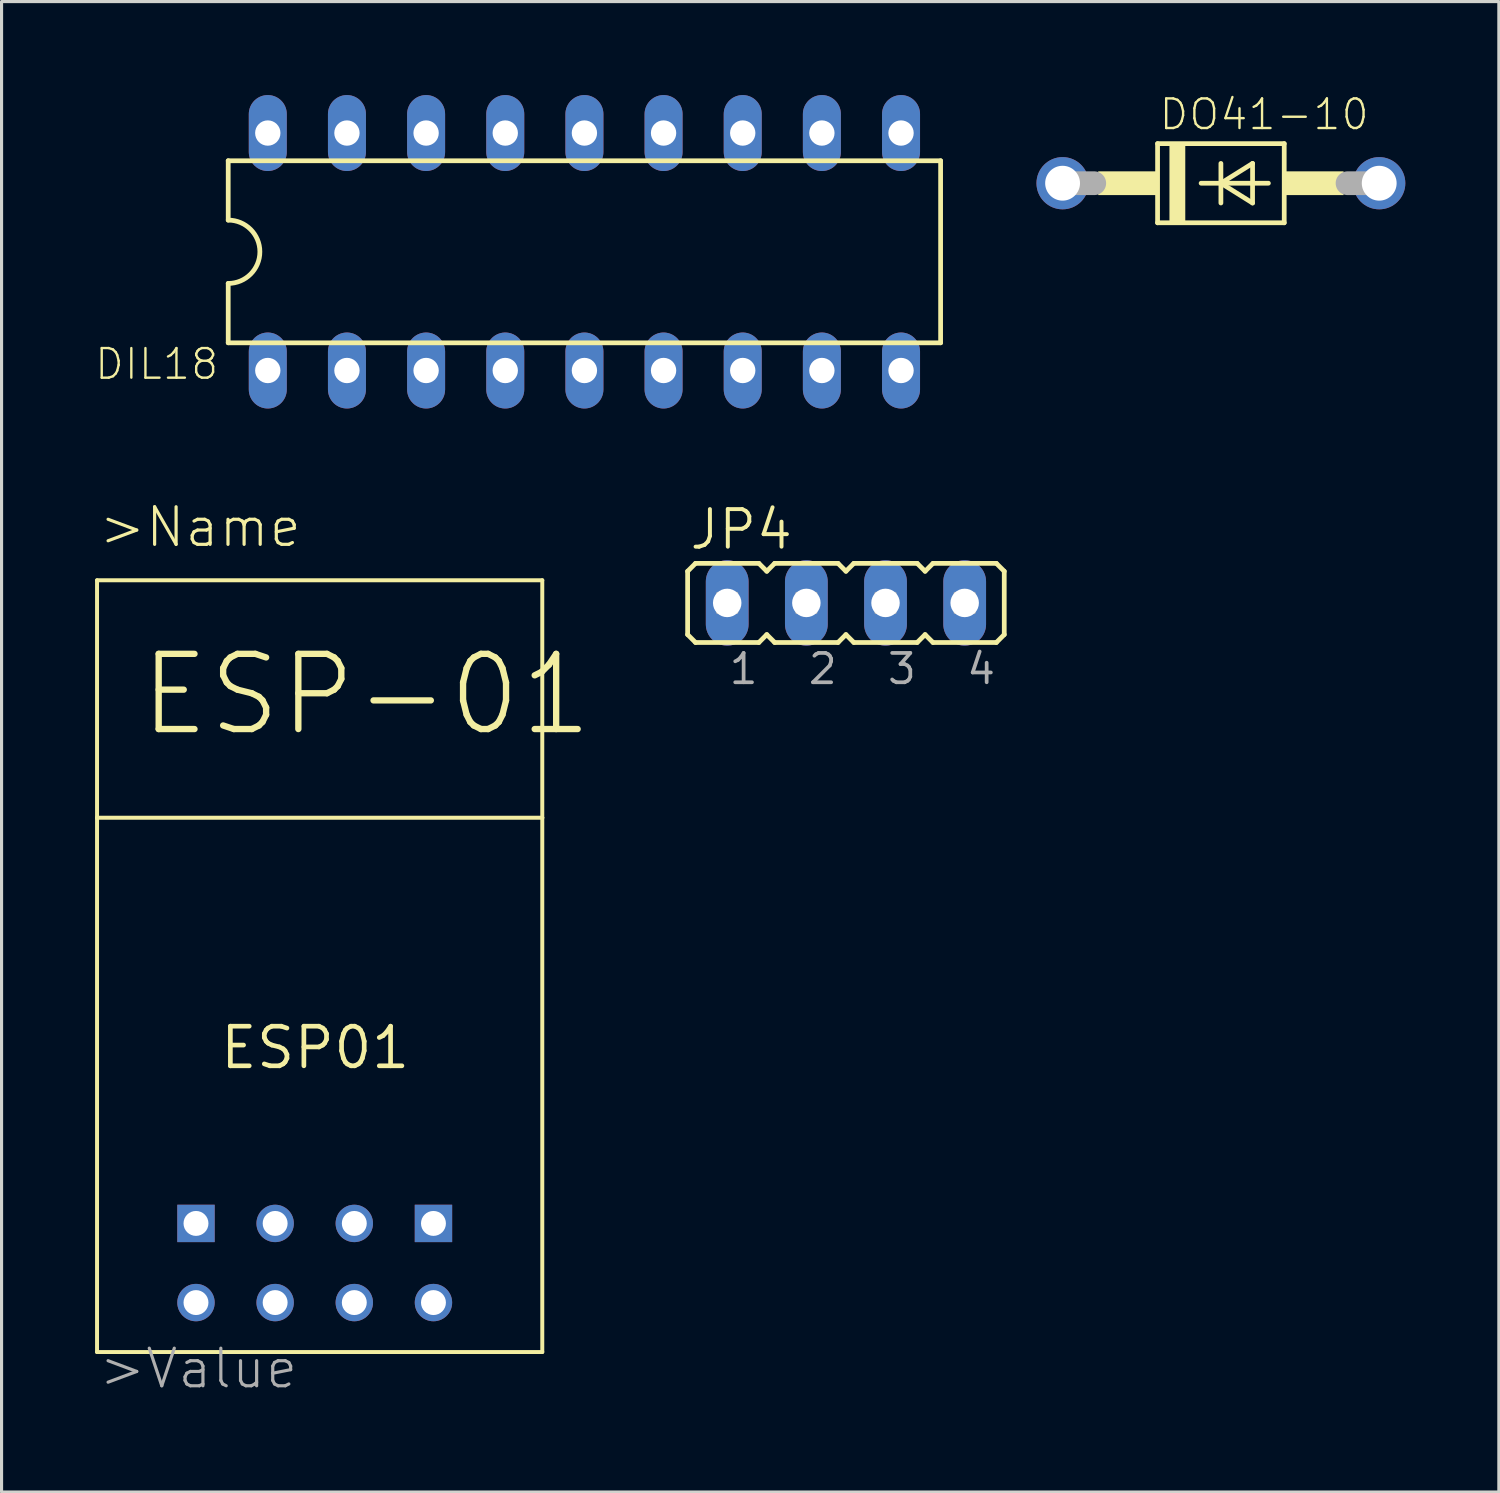
<source format=kicad_pcb>
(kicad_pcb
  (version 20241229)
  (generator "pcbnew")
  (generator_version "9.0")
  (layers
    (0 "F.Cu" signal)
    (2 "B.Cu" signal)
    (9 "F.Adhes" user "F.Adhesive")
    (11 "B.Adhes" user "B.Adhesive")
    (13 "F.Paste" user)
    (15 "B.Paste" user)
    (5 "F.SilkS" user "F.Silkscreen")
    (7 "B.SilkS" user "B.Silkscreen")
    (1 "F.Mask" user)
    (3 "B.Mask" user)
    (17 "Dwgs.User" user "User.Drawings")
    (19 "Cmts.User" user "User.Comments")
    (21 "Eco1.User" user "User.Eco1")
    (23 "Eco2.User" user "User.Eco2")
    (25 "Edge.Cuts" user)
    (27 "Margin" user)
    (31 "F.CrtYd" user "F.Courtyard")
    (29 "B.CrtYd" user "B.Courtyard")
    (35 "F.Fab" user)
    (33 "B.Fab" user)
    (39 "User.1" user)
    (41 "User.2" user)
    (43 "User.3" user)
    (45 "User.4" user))
  (footprint "JP4"
    (layer "F.Cu")
    (at 24.095 16.297)
    (property "Reference" "JP4" (at -5.08 -1.651 0) (layer "F.SilkS") (effects (font (size 1.206 1.206) (thickness 0.127)) (justify left bottom)))
    (attr through_hole)
    (fp_line (start -5.08 -1.016) (end -4.826 -1.27) (stroke (width 0.152) (type solid)) (layer "F.SilkS"))
    (fp_line (start -5.08 1.016) (end -5.08 -1.016) (stroke (width 0.152) (type solid)) (layer "F.SilkS"))
    (fp_line (start -5.08 1.016) (end -4.826 1.27) (stroke (width 0.152) (type solid)) (layer "F.SilkS"))
    (fp_line (start -2.794 -1.27) (end -4.826 -1.27) (stroke (width 0.152) (type solid)) (layer "F.SilkS"))
    (fp_line (start -2.794 -1.27) (end -2.54 -1.016) (stroke (width 0.152) (type solid)) (layer "F.SilkS"))
    (fp_line (start -2.794 1.27) (end -4.826 1.27) (stroke (width 0.152) (type solid)) (layer "F.SilkS"))
    (fp_line (start -2.794 1.27) (end -2.54 1.016) (stroke (width 0.152) (type solid)) (layer "F.SilkS"))
    (fp_line (start -2.54 -1.016) (end -2.286 -1.27) (stroke (width 0.152) (type solid)) (layer "F.SilkS"))
    (fp_line (start -2.54 1.016) (end -2.286 1.27) (stroke (width 0.152) (type solid)) (layer "F.SilkS"))
    (fp_line (start -0.254 -1.27) (end -2.286 -1.27) (stroke (width 0.152) (type solid)) (layer "F.SilkS"))
    (fp_line (start -0.254 -1.27) (end 0 -1.016) (stroke (width 0.152) (type solid)) (layer "F.SilkS"))
    (fp_line (start -0.254 1.27) (end -2.286 1.27) (stroke (width 0.152) (type solid)) (layer "F.SilkS"))
    (fp_line (start -0.254 1.27) (end 0 1.016) (stroke (width 0.152) (type solid)) (layer "F.SilkS"))
    (fp_line (start 0 -1.016) (end 0.254 -1.27) (stroke (width 0.152) (type solid)) (layer "F.SilkS"))
    (fp_line (start 0 1.016) (end 0.254 1.27) (stroke (width 0.152) (type solid)) (layer "F.SilkS"))
    (fp_line (start 2.286 -1.27) (end 0.254 -1.27) (stroke (width 0.152) (type solid)) (layer "F.SilkS"))
    (fp_line (start 2.286 -1.27) (end 2.54 -1.016) (stroke (width 0.152) (type solid)) (layer "F.SilkS"))
    (fp_line (start 2.286 1.27) (end 0.254 1.27) (stroke (width 0.152) (type solid)) (layer "F.SilkS"))
    (fp_line (start 2.286 1.27) (end 2.54 1.016) (stroke (width 0.152) (type solid)) (layer "F.SilkS"))
    (fp_line (start 2.54 -1.016) (end 2.794 -1.27) (stroke (width 0.152) (type solid)) (layer "F.SilkS"))
    (fp_line (start 2.54 1.016) (end 2.794 1.27) (stroke (width 0.152) (type solid)) (layer "F.SilkS"))
    (fp_line (start 4.826 -1.27) (end 2.794 -1.27) (stroke (width 0.152) (type solid)) (layer "F.SilkS"))
    (fp_line (start 4.826 -1.27) (end 5.08 -1.016) (stroke (width 0.152) (type solid)) (layer "F.SilkS"))
    (fp_line (start 4.826 1.27) (end 2.794 1.27) (stroke (width 0.152) (type solid)) (layer "F.SilkS"))
    (fp_line (start 4.826 1.27) (end 5.08 1.016) (stroke (width 0.152) (type solid)) (layer "F.SilkS"))
    (fp_line (start 5.08 -1.016) (end 5.08 1.016) (stroke (width 0.152) (type solid)) (layer "F.SilkS"))
    (fp_poly (pts (xy -4.115 0.305) (xy -3.505 0.305) (xy -3.505 -0.305) (xy -4.115 -0.305)) (stroke (width 0.1) (type solid)) (fill no) (layer "F.Fab"))
    (fp_poly (pts (xy -1.575 0.305) (xy -0.965 0.305) (xy -0.965 -0.305) (xy -1.575 -0.305)) (stroke (width 0.1) (type solid)) (fill no) (layer "F.Fab"))
    (fp_poly (pts (xy 0.965 0.305) (xy 1.575 0.305) (xy 1.575 -0.305) (xy 0.965 -0.305)) (stroke (width 0.1) (type solid)) (fill no) (layer "F.Fab"))
    (fp_poly (pts (xy 3.505 0.305) (xy 4.115 0.305) (xy 4.115 -0.305) (xy 3.505 -0.305)) (stroke (width 0.1) (type solid)) (fill no) (layer "F.Fab"))
    (fp_text user "2" (at -1.27 2.667 0) (layer "F.Fab") (effects (font (size 0.941 0.941) (thickness 0.119)) (justify left bottom)))
    (fp_text user "3" (at 1.27 2.667 0) (layer "F.Fab") (effects (font (size 0.941 0.941) (thickness 0.119)) (justify left bottom)))
    (fp_text user "1" (at -3.81 2.667 0) (layer "F.Fab") (effects (font (size 0.941 0.941) (thickness 0.119)) (justify left bottom)))
    (fp_text user "4" (at 3.81 2.667 0) (layer "F.Fab") (effects (font (size 0.941 0.941) (thickness 0.119)) (justify left bottom)))
    (pad "1" thru_hole oval (at -3.81 0 90) (size 2.743 1.372) (drill 0.914) (layers "*.Cu" "*.Mask"))
    (pad "2" thru_hole oval (at -1.27 0 90) (size 2.743 1.372) (drill 0.914) (layers "*.Cu" "*.Mask"))
    (pad "3" thru_hole oval (at 1.27 0 90) (size 2.743 1.372) (drill 0.914) (layers "*.Cu" "*.Mask"))
    (pad "4" thru_hole oval (at 3.81 0 90) (size 2.743 1.372) (drill 0.914) (layers "*.Cu" "*.Mask")))
  (footprint "ESP01"
    (layer "F.Cu")
    (at 7.064 30.57)
    (property "Reference" "ESP01" (at 0 0 0) (layer "F.SilkS") (effects (font (size 1.27 1.27) (thickness 0.15))))
    (attr through_hole)
    (fp_line (start -7 -15) (end -7 -7.38) (stroke (width 0.127) (type solid)) (layer "F.SilkS"))
    (fp_line (start -7 -7.38) (end -7 9.765) (stroke (width 0.127) (type solid)) (layer "F.SilkS"))
    (fp_line (start -7 -7.38) (end 7.287 -7.38) (stroke (width 0.127) (type solid)) (layer "F.SilkS"))
    (fp_line (start -7 9.765) (end 7.287 9.765) (stroke (width 0.127) (type solid)) (layer "F.SilkS"))
    (fp_line (start 7.287 -15) (end -7 -15) (stroke (width 0.127) (type solid)) (layer "F.SilkS"))
    (fp_line (start 7.287 -7.38) (end 7.287 -15) (stroke (width 0.127) (type solid)) (layer "F.SilkS"))
    (fp_line (start 7.287 9.765) (end 7.287 -7.38) (stroke (width 0.127) (type solid)) (layer "F.SilkS"))
    (fp_text user ">Name" (at -7 -16 0) (layer "F.SilkS") (effects (font (size 1.206 1.206) (thickness 0.102)) (justify left bottom)))
    (fp_text user "ESP-01" (at -5.73 -9.92 0) (layer "F.SilkS") (effects (font (size 2.413 2.413) (thickness 0.203)) (justify left bottom)))
    (fp_text user ">Value" (at -7 11 0) (layer "F.Fab") (effects (font (size 1.206 1.206) (thickness 0.102)) (justify left bottom)))
    (pad "CH_PD" thru_hole circle (at -1.285 8.178 270) (size 1.2 1.2) (drill 0.8) (layers "*.Cu" "*.Mask"))
    (pad "GND" thru_hole rect (at -3.825 5.638 270) (size 1.2 1.2) (drill 0.8) (layers "*.Cu" "*.Mask"))
    (pad "GPIO0" thru_hole circle (at 1.255 5.638 270) (size 1.2 1.2) (drill 0.8) (layers "*.Cu" "*.Mask"))
    (pad "GPIO2" thru_hole circle (at -1.285 5.638 270) (size 1.2 1.2) (drill 0.8) (layers "*.Cu" "*.Mask"))
    (pad "RST" thru_hole circle (at 1.255 8.178 270) (size 1.2 1.2) (drill 0.8) (layers "*.Cu" "*.Mask"))
    (pad "RX" thru_hole rect (at 3.795 5.638 270) (size 1.2 1.2) (drill 0.8) (layers "*.Cu" "*.Mask"))
    (pad "TX" thru_hole circle (at -3.825 8.178 270) (size 1.2 1.2) (drill 0.8) (layers "*.Cu" "*.Mask"))
    (pad "VCC" thru_hole circle (at 3.795 8.178 270) (size 1.2 1.2) (drill 0.8) (layers "*.Cu" "*.Mask")))
  (footprint "DIL18"
    (layer "F.Cu")
    (at 15.703 5.029)
    (property "Reference" "DIL18" (at -11.684 3.048 0) (layer "F.SilkS") (effects (font (size 0.95 0.95) (thickness 0.076)) (justify right top)))
    (attr through_hole)
    (fp_line (start -11.43 -2.921) (end -11.43 -1.016) (stroke (width 0.152) (type solid)) (layer "F.SilkS"))
    (fp_line (start -11.43 2.921) (end -11.43 1.016) (stroke (width 0.152) (type solid)) (layer "F.SilkS"))
    (fp_line (start -11.43 2.921) (end 11.43 2.921) (stroke (width 0.152) (type solid)) (layer "F.SilkS"))
    (fp_line (start 11.43 -2.921) (end -11.43 -2.921) (stroke (width 0.152) (type solid)) (layer "F.SilkS"))
    (fp_line (start 11.43 -2.921) (end 11.43 2.921) (stroke (width 0.152) (type solid)) (layer "F.SilkS"))
    (fp_arc (start -11.43 -1.016) (mid -10.414 0) (end -11.43 1.016) (stroke (width 0.1524) (type solid)) (layer "F.SilkS"))
    (pad "1" thru_hole oval (at -10.16 3.81 90) (size 2.438 1.219) (drill 0.813) (layers "*.Cu" "*.Mask"))
    (pad "2" thru_hole oval (at -7.62 3.81 90) (size 2.438 1.219) (drill 0.813) (layers "*.Cu" "*.Mask"))
    (pad "3" thru_hole oval (at -5.08 3.81 90) (size 2.438 1.219) (drill 0.813) (layers "*.Cu" "*.Mask"))
    (pad "4" thru_hole oval (at -2.54 3.81 90) (size 2.438 1.219) (drill 0.813) (layers "*.Cu" "*.Mask"))
    (pad "5" thru_hole oval (at 0 3.81 90) (size 2.438 1.219) (drill 0.813) (layers "*.Cu" "*.Mask"))
    (pad "6" thru_hole oval (at 2.54 3.81 90) (size 2.438 1.219) (drill 0.813) (layers "*.Cu" "*.Mask"))
    (pad "7" thru_hole oval (at 5.08 3.81 90) (size 2.438 1.219) (drill 0.813) (layers "*.Cu" "*.Mask"))
    (pad "8" thru_hole oval (at 7.62 3.81 90) (size 2.438 1.219) (drill 0.813) (layers "*.Cu" "*.Mask"))
    (pad "9" thru_hole oval (at 10.16 3.81 90) (size 2.438 1.219) (drill 0.813) (layers "*.Cu" "*.Mask"))
    (pad "10" thru_hole oval (at 10.16 -3.81 90) (size 2.438 1.219) (drill 0.813) (layers "*.Cu" "*.Mask"))
    (pad "11" thru_hole oval (at 7.62 -3.81 90) (size 2.438 1.219) (drill 0.813) (layers "*.Cu" "*.Mask"))
    (pad "12" thru_hole oval (at 5.08 -3.81 90) (size 2.438 1.219) (drill 0.813) (layers "*.Cu" "*.Mask"))
    (pad "13" thru_hole oval (at 2.54 -3.81 90) (size 2.438 1.219) (drill 0.813) (layers "*.Cu" "*.Mask"))
    (pad "14" thru_hole oval (at 0 -3.81 90) (size 2.438 1.219) (drill 0.813) (layers "*.Cu" "*.Mask"))
    (pad "15" thru_hole oval (at -2.54 -3.81 90) (size 2.438 1.219) (drill 0.813) (layers "*.Cu" "*.Mask"))
    (pad "16" thru_hole oval (at -5.08 -3.81 90) (size 2.438 1.219) (drill 0.813) (layers "*.Cu" "*.Mask"))
    (pad "17" thru_hole oval (at -7.62 -3.81 90) (size 2.438 1.219) (drill 0.813) (layers "*.Cu" "*.Mask"))
    (pad "18" thru_hole oval (at -10.16 -3.81 90) (size 2.438 1.219) (drill 0.813) (layers "*.Cu" "*.Mask")))
  (footprint "DO41-10"
    (layer "F.Cu")
    (at 36.127 2.829)
    (property "Reference" "DO41-10" (at -2.032 -1.651 0) (layer "F.SilkS") (effects (font (size 0.95 0.95) (thickness 0.076)) (justify left bottom)))
    (attr through_hole)
    (fp_line (start -2.032 -1.27) (end -2.032 1.27) (stroke (width 0.152) (type solid)) (layer "F.SilkS"))
    (fp_line (start -2.032 -1.27) (end 2.032 -1.27) (stroke (width 0.152) (type solid)) (layer "F.SilkS"))
    (fp_line (start -0.635 0) (end 0 0) (stroke (width 0.152) (type solid)) (layer "F.SilkS"))
    (fp_line (start 0 -0.635) (end 0 0) (stroke (width 0.152) (type solid)) (layer "F.SilkS"))
    (fp_line (start 0 0) (end 0 0.635) (stroke (width 0.152) (type solid)) (layer "F.SilkS"))
    (fp_line (start 0 0) (end 1.016 -0.635) (stroke (width 0.152) (type solid)) (layer "F.SilkS"))
    (fp_line (start 0 0) (end 1.524 0) (stroke (width 0.152) (type solid)) (layer "F.SilkS"))
    (fp_line (start 1.016 -0.635) (end 1.016 0.635) (stroke (width 0.152) (type solid)) (layer "F.SilkS"))
    (fp_line (start 1.016 0.635) (end 0 0) (stroke (width 0.152) (type solid)) (layer "F.SilkS"))
    (fp_line (start 2.032 1.27) (end -2.032 1.27) (stroke (width 0.152) (type solid)) (layer "F.SilkS"))
    (fp_line (start 2.032 1.27) (end 2.032 -1.27) (stroke (width 0.152) (type solid)) (layer "F.SilkS"))
    (fp_poly (pts (xy -3.937 0.381) (xy -2.032 0.381) (xy -2.032 -0.381) (xy -3.937 -0.381)) (stroke (width 0) (type solid)) (fill yes) (layer "F.SilkS"))
    (fp_poly (pts (xy -1.651 1.27) (xy -1.143 1.27) (xy -1.143 -1.27) (xy -1.651 -1.27)) (stroke (width 0) (type solid)) (fill yes) (layer "F.SilkS"))
    (fp_poly (pts (xy 2.032 0.381) (xy 3.937 0.381) (xy 3.937 -0.381) (xy 2.032 -0.381)) (stroke (width 0) (type solid)) (fill yes) (layer "F.SilkS"))
    (fp_line (start -5.08 0) (end -4.064 0) (stroke (width 0.762) (type solid)) (layer "F.Fab"))
    (fp_line (start 5.08 0) (end 4.064 0) (stroke (width 0.762) (type solid)) (layer "F.Fab"))
    (pad "A" thru_hole circle (at 5.08 0) (size 1.676 1.676) (drill 1.118) (layers "*.Cu" "*.Mask"))
    (pad "C" thru_hole circle (at -5.08 0) (size 1.676 1.676) (drill 1.118) (layers "*.Cu" "*.Mask")))
  (gr_rect
    (start -3 -3)
    (end 45.046 44.827)
    (stroke (width 0.1) (type default))
    (fill no)
    (layer "Edge.Cuts")))
</source>
